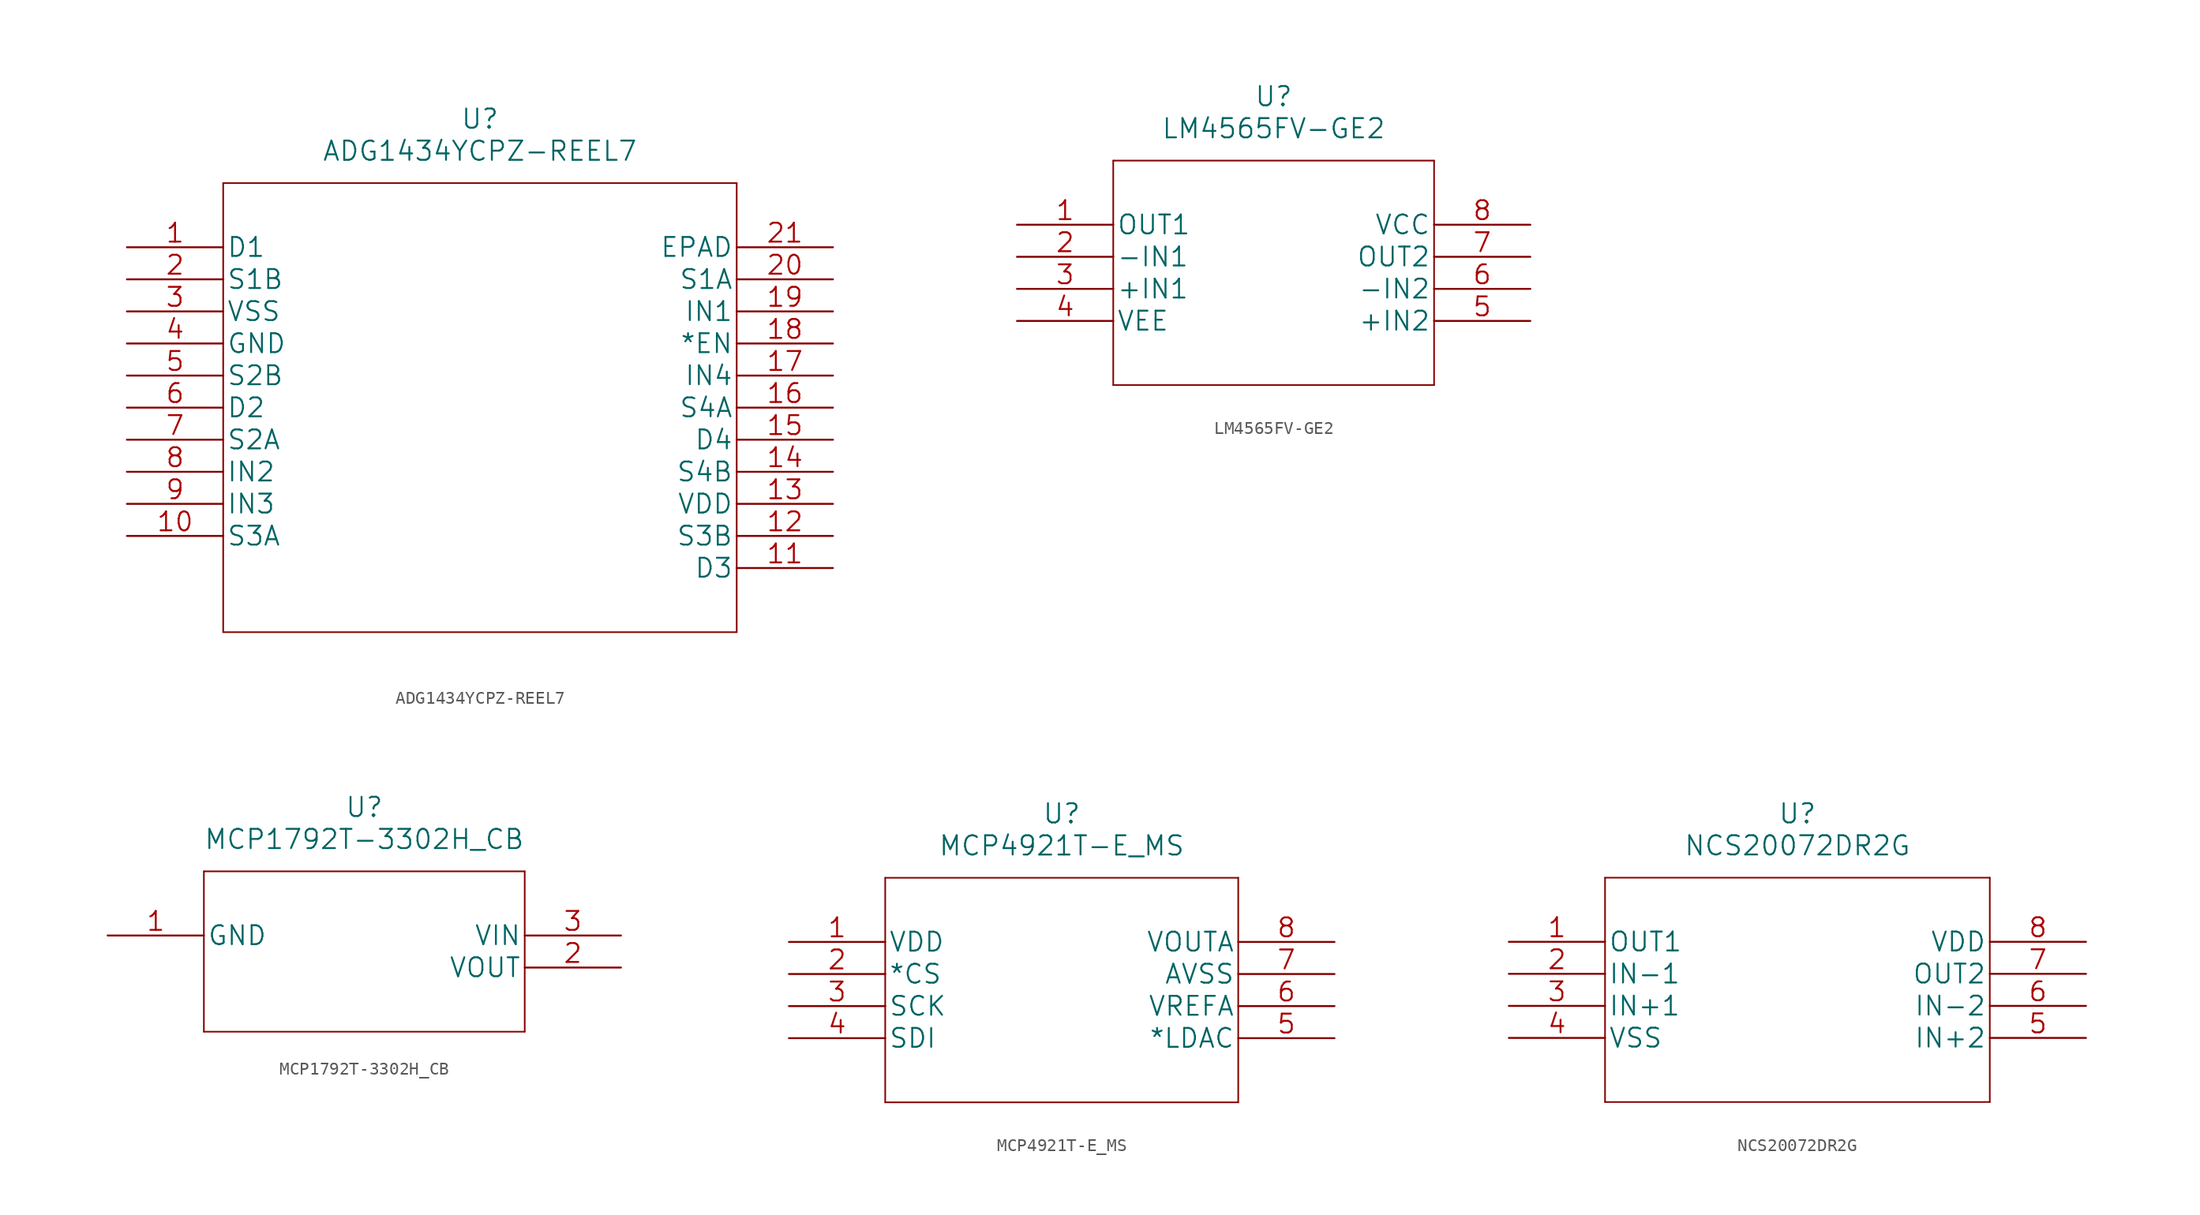
<source format=kicad_sym>
(kicad_symbol_lib
  (version 20211014)
  (generator kicad_symbol_editor)
  (symbol "ADG1434YCPZ-REEL7"
    (pin_names
      (offset 0.254))
    (property "Reference" "U"
      (at 27.94 10.16 0)
      (effects (font (size 1.524 1.524))))
    (property "Value" "ADG1434YCPZ-REEL7"
      (at 27.94 7.62 0)
      (effects (font (size 1.524 1.524))))
    (property "Datasheet" ""
      (at 0 0 0)
      (effects (font (size 1.524 1.524))))
    (property "ki_locked" ""
      (at 0 0 0)
      (effects (font (size 1.27 1.27))))
    (symbol "ADG1434YCPZ-REEL7_1_1"
      (polyline (pts (xy 7.62 -30.48) (xy 48.26 -30.48)) (stroke (width 0.127) (type default) (color 0 0 0 0)) (fill (type none)))
      (polyline (pts (xy 7.62 5.08) (xy 7.62 -30.48)) (stroke (width 0.127) (type default) (color 0 0 0 0)) (fill (type none)))
      (polyline (pts (xy 48.26 -30.48) (xy 48.26 5.08)) (stroke (width 0.127) (type default) (color 0 0 0 0)) (fill (type none)))
      (polyline (pts (xy 48.26 5.08) (xy 7.62 5.08)) (stroke (width 0.127) (type default) (color 0 0 0 0)) (fill (type none)))
      (pin bidirectional line (at 0 0 0) (length 7.62) (name "D1" (effects (font (size 1.499 1.499)))) (number "1" (effects (font (size 1.499 1.499)))))
      (pin bidirectional line (at 0 -22.86 0) (length 7.62) (name "S3A" (effects (font (size 1.499 1.499)))) (number "10" (effects (font (size 1.499 1.499)))))
      (pin bidirectional line (at 55.88 -25.4 180) (length 7.62) (name "D3" (effects (font (size 1.499 1.499)))) (number "11" (effects (font (size 1.499 1.499)))))
      (pin bidirectional line (at 55.88 -22.86 180) (length 7.62) (name "S3B" (effects (font (size 1.499 1.499)))) (number "12" (effects (font (size 1.499 1.499)))))
      (pin power_in line (at 55.88 -20.32 180) (length 7.62) (name "VDD" (effects (font (size 1.499 1.499)))) (number "13" (effects (font (size 1.499 1.499)))))
      (pin bidirectional line (at 55.88 -17.78 180) (length 7.62) (name "S4B" (effects (font (size 1.499 1.499)))) (number "14" (effects (font (size 1.499 1.499)))))
      (pin bidirectional line (at 55.88 -15.24 180) (length 7.62) (name "D4" (effects (font (size 1.499 1.499)))) (number "15" (effects (font (size 1.499 1.499)))))
      (pin bidirectional line (at 55.88 -12.7 180) (length 7.62) (name "S4A" (effects (font (size 1.499 1.499)))) (number "16" (effects (font (size 1.499 1.499)))))
      (pin input line (at 55.88 -10.16 180) (length 7.62) (name "IN4" (effects (font (size 1.499 1.499)))) (number "17" (effects (font (size 1.499 1.499)))))
      (pin input line (at 55.88 -7.62 180) (length 7.62) (name "*EN" (effects (font (size 1.499 1.499)))) (number "18" (effects (font (size 1.499 1.499)))))
      (pin input line (at 55.88 -5.08 180) (length 7.62) (name "IN1" (effects (font (size 1.499 1.499)))) (number "19" (effects (font (size 1.499 1.499)))))
      (pin bidirectional line (at 0 -2.54 0) (length 7.62) (name "S1B" (effects (font (size 1.499 1.499)))) (number "2" (effects (font (size 1.499 1.499)))))
      (pin bidirectional line (at 55.88 -2.54 180) (length 7.62) (name "S1A" (effects (font (size 1.499 1.499)))) (number "20" (effects (font (size 1.499 1.499)))))
      (pin unspecified line (at 55.88 0 180) (length 7.62) (name "EPAD" (effects (font (size 1.499 1.499)))) (number "21" (effects (font (size 1.499 1.499)))))
      (pin power_in line (at 0 -5.08 0) (length 7.62) (name "VSS" (effects (font (size 1.499 1.499)))) (number "3" (effects (font (size 1.499 1.499)))))
      (pin power_in line (at 0 -7.62 0) (length 7.62) (name "GND" (effects (font (size 1.499 1.499)))) (number "4" (effects (font (size 1.499 1.499)))))
      (pin bidirectional line (at 0 -10.16 0) (length 7.62) (name "S2B" (effects (font (size 1.499 1.499)))) (number "5" (effects (font (size 1.499 1.499)))))
      (pin bidirectional line (at 0 -12.7 0) (length 7.62) (name "D2" (effects (font (size 1.499 1.499)))) (number "6" (effects (font (size 1.499 1.499)))))
      (pin bidirectional line (at 0 -15.24 0) (length 7.62) (name "S2A" (effects (font (size 1.499 1.499)))) (number "7" (effects (font (size 1.499 1.499)))))
      (pin input line (at 0 -17.78 0) (length 7.62) (name "IN2" (effects (font (size 1.499 1.499)))) (number "8" (effects (font (size 1.499 1.499)))))
      (pin input line (at 0 -20.32 0) (length 7.62) (name "IN3" (effects (font (size 1.499 1.499)))) (number "9" (effects (font (size 1.499 1.499)))))))
  (symbol "LM4565FV-GE2"
    (pin_names
      (offset 0.254))
    (property "Reference" "U"
      (at 20.32 10.16 0)
      (effects (font (size 1.524 1.524))))
    (property "Value" "LM4565FV-GE2"
      (at 20.32 7.62 0)
      (effects (font (size 1.524 1.524))))
    (property "Datasheet" ""
      (at 0 0 0)
      (effects (font (size 1.524 1.524))))
    (property "ki_locked" ""
      (at 0 0 0)
      (effects (font (size 1.27 1.27))))
    (symbol "LM4565FV-GE2_1_1"
      (polyline (pts (xy 7.62 -12.7) (xy 33.02 -12.7)) (stroke (width 0.127) (type default) (color 0 0 0 0)) (fill (type none)))
      (polyline (pts (xy 7.62 5.08) (xy 7.62 -12.7)) (stroke (width 0.127) (type default) (color 0 0 0 0)) (fill (type none)))
      (polyline (pts (xy 33.02 -12.7) (xy 33.02 5.08)) (stroke (width 0.127) (type default) (color 0 0 0 0)) (fill (type none)))
      (polyline (pts (xy 33.02 5.08) (xy 7.62 5.08)) (stroke (width 0.127) (type default) (color 0 0 0 0)) (fill (type none)))
      (pin output line (at 0 0 0) (length 7.62) (name "OUT1" (effects (font (size 1.499 1.499)))) (number "1" (effects (font (size 1.499 1.499)))))
      (pin input line (at 0 -2.54 0) (length 7.62) (name "-IN1" (effects (font (size 1.499 1.499)))) (number "2" (effects (font (size 1.499 1.499)))))
      (pin input line (at 0 -5.08 0) (length 7.62) (name "+IN1" (effects (font (size 1.499 1.499)))) (number "3" (effects (font (size 1.499 1.499)))))
      (pin power_in line (at 0 -7.62 0) (length 7.62) (name "VEE" (effects (font (size 1.499 1.499)))) (number "4" (effects (font (size 1.499 1.499)))))
      (pin input line (at 40.64 -7.62 180) (length 7.62) (name "+IN2" (effects (font (size 1.499 1.499)))) (number "5" (effects (font (size 1.499 1.499)))))
      (pin input line (at 40.64 -5.08 180) (length 7.62) (name "-IN2" (effects (font (size 1.499 1.499)))) (number "6" (effects (font (size 1.499 1.499)))))
      (pin output line (at 40.64 -2.54 180) (length 7.62) (name "OUT2" (effects (font (size 1.499 1.499)))) (number "7" (effects (font (size 1.499 1.499)))))
      (pin power_in line (at 40.64 0 180) (length 7.62) (name "VCC" (effects (font (size 1.499 1.499)))) (number "8" (effects (font (size 1.499 1.499)))))))
  (symbol "MCP1792T-3302H_CB"
    (pin_names
      (offset 0.254))
    (property "Reference" "U"
      (at 20.32 10.16 0)
      (effects (font (size 1.524 1.524))))
    (property "Value" "MCP1792T-3302H_CB"
      (at 20.32 7.62 0)
      (effects (font (size 1.524 1.524))))
    (property "Datasheet" ""
      (at 0 0 0)
      (effects (font (size 1.524 1.524))))
    (property "ki_locked" ""
      (at 0 0 0)
      (effects (font (size 1.27 1.27))))
    (symbol "MCP1792T-3302H_CB_1_1"
      (polyline (pts (xy 7.62 -7.62) (xy 33.02 -7.62)) (stroke (width 0.127) (type default) (color 0 0 0 0)) (fill (type none)))
      (polyline (pts (xy 7.62 5.08) (xy 7.62 -7.62)) (stroke (width 0.127) (type default) (color 0 0 0 0)) (fill (type none)))
      (polyline (pts (xy 33.02 -7.62) (xy 33.02 5.08)) (stroke (width 0.127) (type default) (color 0 0 0 0)) (fill (type none)))
      (polyline (pts (xy 33.02 5.08) (xy 7.62 5.08)) (stroke (width 0.127) (type default) (color 0 0 0 0)) (fill (type none)))
      (pin power_in line (at 0 0 0) (length 7.62) (name "GND" (effects (font (size 1.499 1.499)))) (number "1" (effects (font (size 1.499 1.499)))))
      (pin output line (at 40.64 -2.54 180) (length 7.62) (name "VOUT" (effects (font (size 1.499 1.499)))) (number "2" (effects (font (size 1.499 1.499)))))
      (pin power_in line (at 40.64 0 180) (length 7.62) (name "VIN" (effects (font (size 1.499 1.499)))) (number "3" (effects (font (size 1.499 1.499)))))))
  (symbol "MCP4921T-E_MS"
    (pin_names
      (offset 0.254))
    (property "Reference" "U"
      (at 21.59 10.16 0)
      (effects (font (size 1.524 1.524))))
    (property "Value" "MCP4921T-E_MS"
      (at 21.59 7.62 0)
      (effects (font (size 1.524 1.524))))
    (property "Datasheet" ""
      (at 0 0 0)
      (effects (font (size 1.524 1.524))))
    (property "ki_locked" ""
      (at 0 0 0)
      (effects (font (size 1.27 1.27))))
    (symbol "MCP4921T-E_MS_1_1"
      (polyline (pts (xy 7.62 -12.7) (xy 35.56 -12.7)) (stroke (width 0.127) (type default) (color 0 0 0 0)) (fill (type none)))
      (polyline (pts (xy 7.62 5.08) (xy 7.62 -12.7)) (stroke (width 0.127) (type default) (color 0 0 0 0)) (fill (type none)))
      (polyline (pts (xy 35.56 -12.7) (xy 35.56 5.08)) (stroke (width 0.127) (type default) (color 0 0 0 0)) (fill (type none)))
      (polyline (pts (xy 35.56 5.08) (xy 7.62 5.08)) (stroke (width 0.127) (type default) (color 0 0 0 0)) (fill (type none)))
      (pin unspecified line (at 0 0 0) (length 7.62) (name "VDD" (effects (font (size 1.499 1.499)))) (number "1" (effects (font (size 1.499 1.499)))))
      (pin unspecified line (at 0 -2.54 0) (length 7.62) (name "*CS" (effects (font (size 1.499 1.499)))) (number "2" (effects (font (size 1.499 1.499)))))
      (pin unspecified line (at 0 -5.08 0) (length 7.62) (name "SCK" (effects (font (size 1.499 1.499)))) (number "3" (effects (font (size 1.499 1.499)))))
      (pin unspecified line (at 0 -7.62 0) (length 7.62) (name "SDI" (effects (font (size 1.499 1.499)))) (number "4" (effects (font (size 1.499 1.499)))))
      (pin unspecified line (at 43.18 -7.62 180) (length 7.62) (name "*LDAC" (effects (font (size 1.499 1.499)))) (number "5" (effects (font (size 1.499 1.499)))))
      (pin unspecified line (at 43.18 -5.08 180) (length 7.62) (name "VREFA" (effects (font (size 1.499 1.499)))) (number "6" (effects (font (size 1.499 1.499)))))
      (pin unspecified line (at 43.18 -2.54 180) (length 7.62) (name "AVSS" (effects (font (size 1.499 1.499)))) (number "7" (effects (font (size 1.499 1.499)))))
      (pin unspecified line (at 43.18 0 180) (length 7.62) (name "VOUTA" (effects (font (size 1.499 1.499)))) (number "8" (effects (font (size 1.499 1.499)))))))
  (symbol "NCS20072DR2G"
    (pin_names
      (offset 0.254))
    (property "Reference" "U"
      (at 22.86 10.16 0)
      (effects (font (size 1.524 1.524))))
    (property "Value" "NCS20072DR2G"
      (at 22.86 7.62 0)
      (effects (font (size 1.524 1.524))))
    (property "Datasheet" ""
      (at 0 0 0)
      (effects (font (size 1.524 1.524))))
    (property "ki_locked" ""
      (at 0 0 0)
      (effects (font (size 1.27 1.27))))
    (symbol "NCS20072DR2G_1_1"
      (polyline (pts (xy 7.62 -12.7) (xy 38.1 -12.7)) (stroke (width 0.127) (type default) (color 0 0 0 0)) (fill (type none)))
      (polyline (pts (xy 7.62 5.08) (xy 7.62 -12.7)) (stroke (width 0.127) (type default) (color 0 0 0 0)) (fill (type none)))
      (polyline (pts (xy 38.1 -12.7) (xy 38.1 5.08)) (stroke (width 0.127) (type default) (color 0 0 0 0)) (fill (type none)))
      (polyline (pts (xy 38.1 5.08) (xy 7.62 5.08)) (stroke (width 0.127) (type default) (color 0 0 0 0)) (fill (type none)))
      (pin output line (at 0 0 0) (length 7.62) (name "OUT1" (effects (font (size 1.499 1.499)))) (number "1" (effects (font (size 1.499 1.499)))))
      (pin bidirectional line (at 0 -2.54 0) (length 7.62) (name "IN-1" (effects (font (size 1.499 1.499)))) (number "2" (effects (font (size 1.499 1.499)))))
      (pin input line (at 0 -5.08 0) (length 7.62) (name "IN+1" (effects (font (size 1.499 1.499)))) (number "3" (effects (font (size 1.499 1.499)))))
      (pin power_in line (at 0 -7.62 0) (length 7.62) (name "VSS" (effects (font (size 1.499 1.499)))) (number "4" (effects (font (size 1.499 1.499)))))
      (pin input line (at 45.72 -7.62 180) (length 7.62) (name "IN+2" (effects (font (size 1.499 1.499)))) (number "5" (effects (font (size 1.499 1.499)))))
      (pin bidirectional line (at 45.72 -5.08 180) (length 7.62) (name "IN-2" (effects (font (size 1.499 1.499)))) (number "6" (effects (font (size 1.499 1.499)))))
      (pin output line (at 45.72 -2.54 180) (length 7.62) (name "OUT2" (effects (font (size 1.499 1.499)))) (number "7" (effects (font (size 1.499 1.499)))))
      (pin power_in line (at 45.72 0 180) (length 7.62) (name "VDD" (effects (font (size 1.499 1.499)))) (number "8" (effects (font (size 1.499 1.499))))))))
</source>
